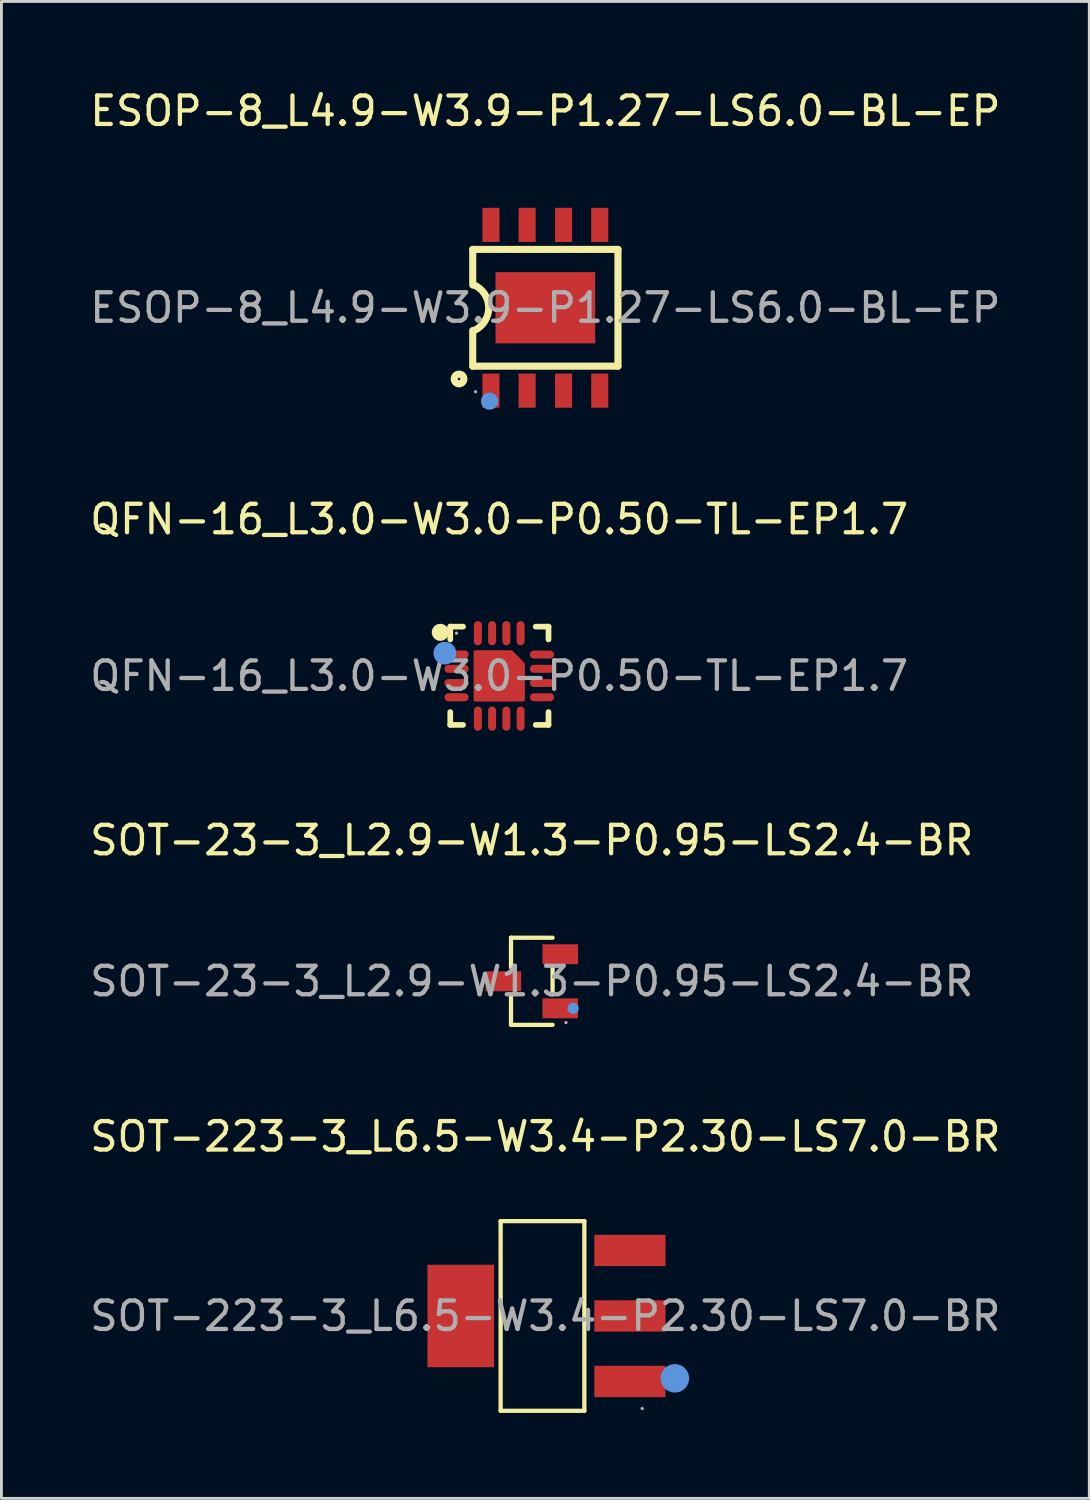
<source format=kicad_pcb>
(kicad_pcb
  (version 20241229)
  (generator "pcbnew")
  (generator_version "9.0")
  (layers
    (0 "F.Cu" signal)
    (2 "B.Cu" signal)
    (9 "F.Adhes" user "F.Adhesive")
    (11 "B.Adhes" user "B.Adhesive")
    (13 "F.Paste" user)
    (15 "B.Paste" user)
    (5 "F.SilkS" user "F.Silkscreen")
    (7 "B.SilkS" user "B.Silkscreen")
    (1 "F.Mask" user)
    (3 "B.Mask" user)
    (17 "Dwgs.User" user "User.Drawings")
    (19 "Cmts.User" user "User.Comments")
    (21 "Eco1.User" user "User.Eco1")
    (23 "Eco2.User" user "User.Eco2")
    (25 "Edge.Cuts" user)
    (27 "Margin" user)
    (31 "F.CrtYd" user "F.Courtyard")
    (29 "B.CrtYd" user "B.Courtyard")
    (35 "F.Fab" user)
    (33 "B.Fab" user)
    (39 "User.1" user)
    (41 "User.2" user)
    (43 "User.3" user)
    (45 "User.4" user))
  (footprint "QFN-16_L3.0-W3.0-P0.50-TL-EP1.7"
    (layer "F.Cu")
    (at 14.482 20.686)
    (property "Reference" "QFN-16_L3.0-W3.0-P0.50-TL-EP1.7" (at 0 -5.5 0) (layer "F.SilkS") (effects (font (size 1 1) (thickness 0.15))))
    (attr through_hole)
    (fp_line (start -1.72 -1.73) (end -1.27 -1.73) (stroke (width 0.2) (type solid)) (layer "F.SilkS"))
    (fp_line (start -1.72 -1.28) (end -1.72 -1.73) (stroke (width 0.2) (type solid)) (layer "F.SilkS"))
    (fp_line (start -1.72 1.72) (end -1.72 1.27) (stroke (width 0.2) (type solid)) (layer "F.SilkS"))
    (fp_line (start -1.27 1.72) (end -1.72 1.72) (stroke (width 0.2) (type solid)) (layer "F.SilkS"))
    (fp_line (start 1.28 -1.73) (end 1.73 -1.73) (stroke (width 0.2) (type solid)) (layer "F.SilkS"))
    (fp_line (start 1.28 1.72) (end 1.73 1.72) (stroke (width 0.2) (type solid)) (layer "F.SilkS"))
    (fp_line (start 1.73 -1.73) (end 1.73 -1.28) (stroke (width 0.2) (type solid)) (layer "F.SilkS"))
    (fp_line (start 1.73 1.72) (end 1.73 1.27) (stroke (width 0.2) (type solid)) (layer "F.SilkS"))
    (fp_arc (start -2.07 -1.53) (mid -2.07 -1.53) (end -2.07 -1.53) (stroke (width 0.3) (type solid)) (layer "F.SilkS"))
    (fp_circle (center -1.91 -0.8) (end -1.71 -0.8) (stroke (width 0.4) (type solid)) (fill no) (layer "Cmts.User"))
    (fp_circle (center -1.5 -1.5) (end -1.47 -1.5) (stroke (width 0.06) (type solid)) (fill no) (layer "F.Fab"))
    (fp_text user "${REFERENCE}" (at 0 0 0) (layer "F.Fab") (effects (font (size 1 1) (thickness 0.15))))
    (pad "1" smd oval (at -1.5 -0.75) (size 0.85 0.28) (layers "F.Cu" "F.Mask" "F.Paste"))
    (pad "2" smd oval (at -1.5 -0.25) (size 0.85 0.28) (layers "F.Cu" "F.Mask" "F.Paste"))
    (pad "3" smd oval (at -1.5 0.25) (size 0.85 0.28) (layers "F.Cu" "F.Mask" "F.Paste"))
    (pad "4" smd oval (at -1.5 0.75) (size 0.85 0.28) (layers "F.Cu" "F.Mask" "F.Paste"))
    (pad "5" smd oval (at -0.75 1.5) (size 0.28 0.85) (layers "F.Cu" "F.Mask" "F.Paste"))
    (pad "6" smd oval (at -0.25 1.5) (size 0.28 0.85) (layers "F.Cu" "F.Mask" "F.Paste"))
    (pad "7" smd oval (at 0.25 1.5) (size 0.28 0.85) (layers "F.Cu" "F.Mask" "F.Paste"))
    (pad "8" smd oval (at 0.75 1.5) (size 0.28 0.85) (layers "F.Cu" "F.Mask" "F.Paste"))
    (pad "9" smd oval (at 1.5 0.75) (size 0.85 0.28) (layers "F.Cu" "F.Mask" "F.Paste"))
    (pad "10" smd oval (at 1.5 0.25) (size 0.85 0.28) (layers "F.Cu" "F.Mask" "F.Paste"))
    (pad "11" smd oval (at 1.5 -0.25) (size 0.85 0.28) (layers "F.Cu" "F.Mask" "F.Paste"))
    (pad "12" smd oval (at 1.5 -0.75) (size 0.85 0.28) (layers "F.Cu" "F.Mask" "F.Paste"))
    (pad "13" smd oval (at 0.75 -1.5) (size 0.28 0.85) (layers "F.Cu" "F.Mask" "F.Paste"))
    (pad "14" smd oval (at 0.25 -1.5) (size 0.28 0.85) (layers "F.Cu" "F.Mask" "F.Paste"))
    (pad "15" smd oval (at -0.25 -1.5) (size 0.28 0.85) (layers "F.Cu" "F.Mask" "F.Paste"))
    (pad "16" smd oval (at -0.75 -1.5) (size 0.28 0.85) (layers "F.Cu" "F.Mask" "F.Paste"))
    (pad "17" smd custom (at 0 0 270) (size 1 1) (layers "F.Cu" "F.Mask" "F.Paste") (options (anchor circle)) (primitives (gr_poly (pts (xy 0.85 -0.85) (xy 0.85 0.85) (xy -0.85 0.85) (xy -0.85 -0.43) (xy -0.42 -0.85)) (width 0.1) (fill yes)))))
  (footprint "ESOP-8_L4.9-W3.9-P1.27-LS6.0-BL-EP"
    (layer "F.Cu")
    (at 16.101 7.758)
    (property "Reference" "ESOP-8_L4.9-W3.9-P1.27-LS6.0-BL-EP" (at 0 -6.91 0) (layer "F.SilkS") (effects (font (size 1 1) (thickness 0.15))))
    (attr through_hole)
    (fp_line (start -2.55 -2.05) (end 2.55 -2.05) (stroke (width 0.25) (type solid)) (layer "F.SilkS"))
    (fp_line (start -2.55 -0.8) (end -2.55 -2.05) (stroke (width 0.25) (type solid)) (layer "F.SilkS"))
    (fp_line (start -2.55 0.8) (end -2.55 2.05) (stroke (width 0.25) (type solid)) (layer "F.SilkS"))
    (fp_line (start 2.55 -2.05) (end 2.55 2.05) (stroke (width 0.25) (type solid)) (layer "F.SilkS"))
    (fp_line (start 2.55 2.05) (end -2.55 2.05) (stroke (width 0.25) (type solid)) (layer "F.SilkS"))
    (fp_arc (start -2.505609 -0.80257) (mid -1.988586 -0.003085) (end -2.5 0.8) (stroke (width 0.25) (type solid)) (layer "F.SilkS"))
    (fp_circle (center -3.03 2.5) (end -2.86 2.5) (stroke (width 0.25) (type solid)) (fill no) (layer "F.SilkS"))
    (fp_circle (center -1.96 3.28) (end -1.81 3.28) (stroke (width 0.3) (type solid)) (fill no) (layer "Cmts.User"))
    (fp_circle (center -2.45 2.95) (end -2.42 2.95) (stroke (width 0.06) (type solid)) (fill no) (layer "F.Fab"))
    (fp_text user "${REFERENCE}" (at 0 0 0) (layer "F.Fab") (effects (font (size 1 1) (thickness 0.15))))
    (pad "1" smd rect (at -1.91 2.91) (size 0.6 1.2) (layers "F.Cu" "F.Mask" "F.Paste"))
    (pad "2" smd rect (at -0.64 2.91) (size 0.6 1.2) (layers "F.Cu" "F.Mask" "F.Paste"))
    (pad "3" smd rect (at 0.64 2.91) (size 0.6 1.2) (layers "F.Cu" "F.Mask" "F.Paste"))
    (pad "4" smd rect (at 1.91 2.91) (size 0.6 1.2) (layers "F.Cu" "F.Mask" "F.Paste"))
    (pad "5" smd rect (at 1.91 -2.91) (size 0.6 1.2) (layers "F.Cu" "F.Mask" "F.Paste"))
    (pad "6" smd rect (at 0.64 -2.91) (size 0.6 1.2) (layers "F.Cu" "F.Mask" "F.Paste"))
    (pad "7" smd rect (at -0.64 -2.91) (size 0.6 1.2) (layers "F.Cu" "F.Mask" "F.Paste"))
    (pad "8" smd rect (at -1.91 -2.91) (size 0.6 1.2) (layers "F.Cu" "F.Mask" "F.Paste"))
    (pad "9" smd rect (at 0 0 180) (size 3.5 2.5) (layers "F.Cu" "F.Mask" "F.Paste")))
  (footprint "SOT-23-3_L2.9-W1.3-P0.95-LS2.4-BR"
    (layer "F.Cu")
    (at 15.625 31.41)
    (property "Reference" "SOT-23-3_L2.9-W1.3-P0.95-LS2.4-BR" (at 0 -4.95 0) (layer "F.SilkS") (effects (font (size 1 1) (thickness 0.15))))
    (attr through_hole)
    (fp_line (start -0.73 -1.53) (end -0.73 -0.49) (stroke (width 0.15) (type solid)) (layer "F.SilkS"))
    (fp_line (start -0.73 1.53) (end -0.73 0.49) (stroke (width 0.15) (type solid)) (layer "F.SilkS"))
    (fp_line (start 0.73 -1.53) (end -0.73 -1.53) (stroke (width 0.15) (type solid)) (layer "F.SilkS"))
    (fp_line (start 0.73 -0.46) (end 0.73 0.46) (stroke (width 0.15) (type solid)) (layer "F.SilkS"))
    (fp_line (start 0.73 1.53) (end -0.73 1.53) (stroke (width 0.15) (type solid)) (layer "F.SilkS"))
    (fp_circle (center 1.45 0.95) (end 1.55 0.95) (stroke (width 0.2) (type solid)) (fill no) (layer "Cmts.User"))
    (fp_circle (center 1.2 1.45) (end 1.23 1.45) (stroke (width 0.06) (type solid)) (fill no) (layer "F.Fab"))
    (fp_text user "${REFERENCE}" (at 0 0 0) (layer "F.Fab") (effects (font (size 1 1) (thickness 0.15))))
    (pad "1" smd rect (at 1 0.95) (size 1.25 0.7) (layers "F.Cu" "F.Mask" "F.Paste"))
    (pad "2" smd rect (at 1 -0.95) (size 1.25 0.7) (layers "F.Cu" "F.Mask" "F.Paste"))
    (pad "3" smd rect (at -1 0) (size 1.25 0.7) (layers "F.Cu" "F.Mask" "F.Paste")))
  (footprint "SOT-223-3_L6.5-W3.4-P2.30-LS7.0-BR"
    (layer "F.Cu")
    (at 16.101 43.163)
    (property "Reference" "SOT-223-3_L6.5-W3.4-P2.30-LS7.0-BR" (at 0 -6.3 0) (layer "F.SilkS") (effects (font (size 1 1) (thickness 0.15))))
    (attr through_hole)
    (fp_line (start -1.57 -3.33) (end 1.37 -3.33) (stroke (width 0.15) (type solid)) (layer "F.SilkS"))
    (fp_line (start -1.57 3.33) (end -1.57 -3.33) (stroke (width 0.15) (type solid)) (layer "F.SilkS"))
    (fp_line (start 1.37 -3.33) (end 1.37 3.33) (stroke (width 0.15) (type solid)) (layer "F.SilkS"))
    (fp_line (start 1.37 3.33) (end -1.57 3.33) (stroke (width 0.15) (type solid)) (layer "F.SilkS"))
    (fp_circle (center 4.55 2.19) (end 4.8 2.19) (stroke (width 0.5) (type solid)) (fill no) (layer "Cmts.User"))
    (fp_circle (center 3.4 3.25) (end 3.43 3.25) (stroke (width 0.06) (type solid)) (fill no) (layer "F.Fab"))
    (fp_text user "${REFERENCE}" (at 0 0 0) (layer "F.Fab") (effects (font (size 1 1) (thickness 0.15))))
    (pad "1" smd rect (at 2.97 2.3) (size 2.5 1.1) (layers "F.Cu" "F.Mask" "F.Paste"))
    (pad "2" smd rect (at 2.97 0) (size 2.5 1.1) (layers "F.Cu" "F.Mask" "F.Paste"))
    (pad "3" smd rect (at 2.97 -2.3) (size 2.5 1.1) (layers "F.Cu" "F.Mask" "F.Paste"))
    (pad "4" smd rect (at -2.97 0) (size 2.34 3.6) (layers "F.Cu" "F.Mask" "F.Paste")))
  (gr_rect
    (start -3 -3)
    (end 35.202 49.568)
    (stroke (width 0.1) (type default))
    (fill no)
    (layer "Edge.Cuts")))
</source>
